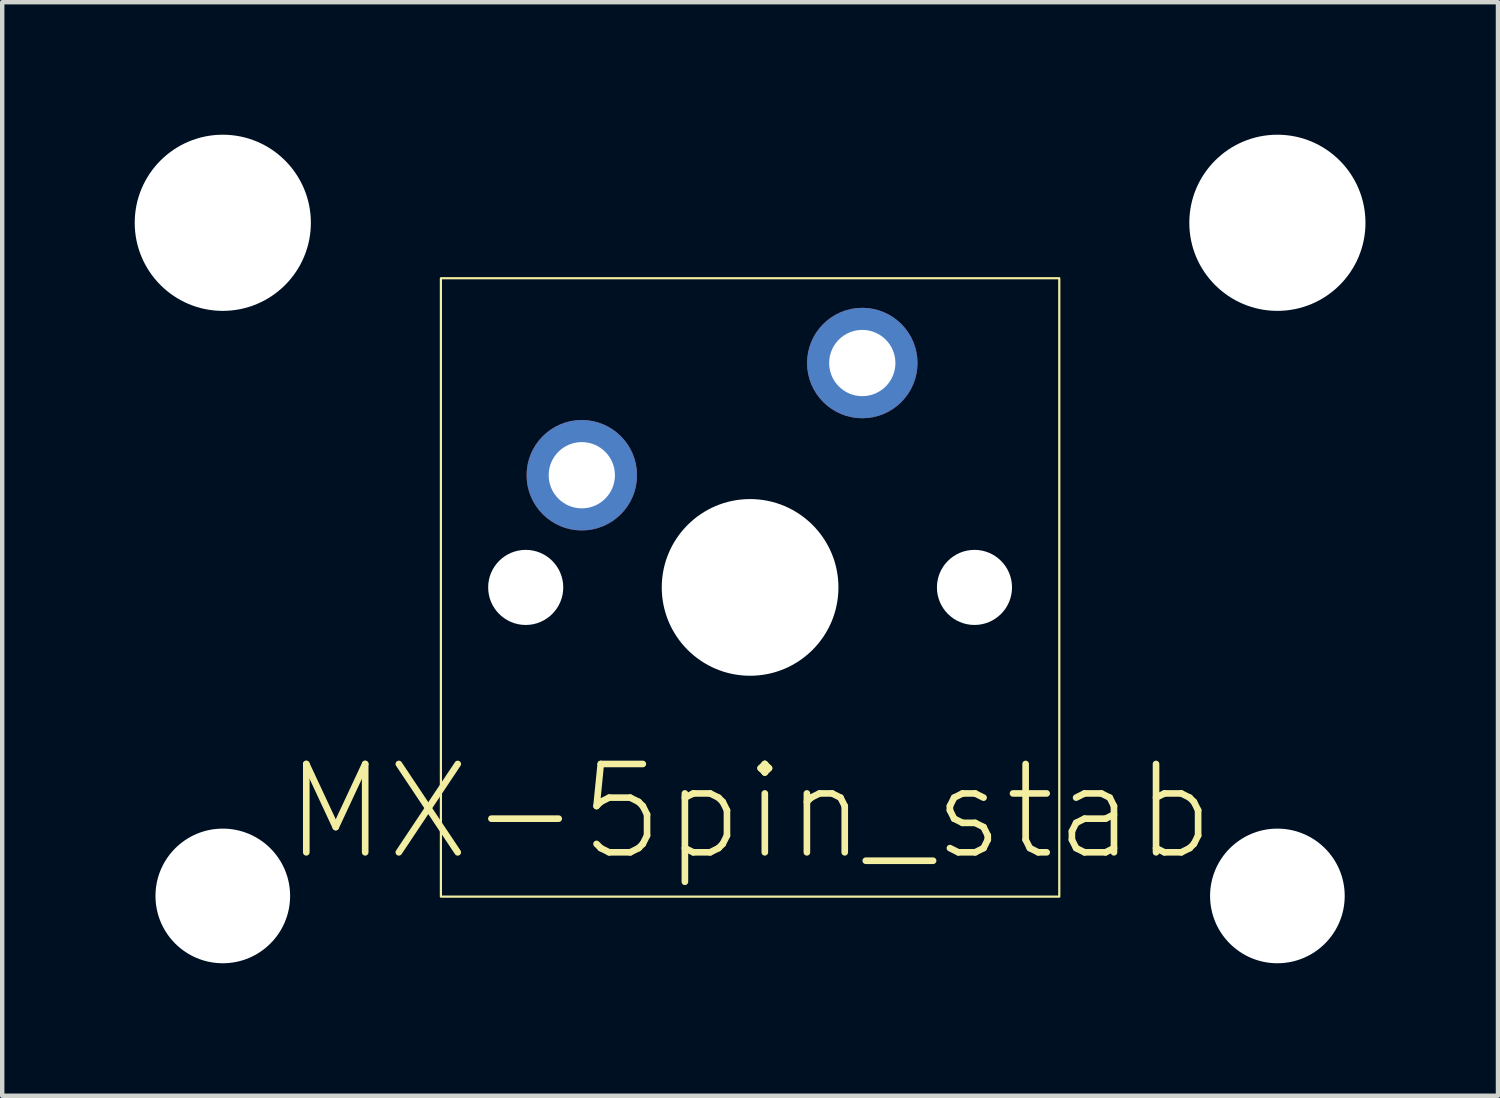
<source format=kicad_pcb>
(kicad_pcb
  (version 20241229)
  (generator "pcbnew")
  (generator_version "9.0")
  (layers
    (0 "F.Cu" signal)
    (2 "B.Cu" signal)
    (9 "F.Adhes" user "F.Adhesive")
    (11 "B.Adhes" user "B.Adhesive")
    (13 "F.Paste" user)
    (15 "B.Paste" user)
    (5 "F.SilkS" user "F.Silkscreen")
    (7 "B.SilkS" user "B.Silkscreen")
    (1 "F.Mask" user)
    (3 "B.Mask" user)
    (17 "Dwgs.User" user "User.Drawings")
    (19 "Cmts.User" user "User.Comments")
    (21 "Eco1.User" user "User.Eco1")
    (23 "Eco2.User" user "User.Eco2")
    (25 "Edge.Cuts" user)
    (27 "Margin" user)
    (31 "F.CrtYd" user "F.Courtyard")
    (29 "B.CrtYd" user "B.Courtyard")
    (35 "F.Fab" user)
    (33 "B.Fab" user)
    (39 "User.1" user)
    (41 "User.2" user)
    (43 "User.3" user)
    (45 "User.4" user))
  (footprint "MX-5pin_stab"
    (layer "F.Cu")
    (at 13.932 10.249)
    (property "Reference" "MX-5pin_stab" (at 0 5.08 0) (unlocked yes) (layer "F.SilkS") (effects (font (size 2 2) (thickness 0.15))))
    (attr through_hole)
    (fp_rect (start -7 -7) (end 7 7) (stroke (width 0.05) (type solid)) (fill no) (layer "F.SilkS"))
    (pad "" np_thru_hole circle (at -11.938 -8.255 180) (size 3.988 3.988) (drill 3.988) (layers "*.Cu" "*.Mask"))
    (pad "" np_thru_hole circle (at -11.938 6.985 180) (size 3.048 3.048) (drill 3.048) (layers "*.Cu" "*.Mask"))
    (pad "" np_thru_hole circle (at -5.08 0) (size 1.7 1.7) (drill 1.7) (layers "*.Cu" "*.Mask"))
    (pad "" np_thru_hole circle (at 0 0) (size 4 4) (drill 4) (layers "*.Cu" "*.Mask"))
    (pad "" np_thru_hole circle (at 5.08 0) (size 1.7 1.7) (drill 1.7) (layers "*.Cu" "*.Mask"))
    (pad "" np_thru_hole circle (at 11.938 -8.255 180) (size 3.988 3.988) (drill 3.988) (layers "*.Cu" "*.Mask"))
    (pad "" np_thru_hole circle (at 11.938 6.985 180) (size 3.048 3.048) (drill 3.048) (layers "*.Cu" "*.Mask"))
    (pad "1" thru_hole circle (at 2.54 -5.08) (size 2.5 2.5) (drill 1.5) (layers "*.Cu" "*.Mask"))
    (pad "2" thru_hole circle (at -3.81 -2.54) (size 2.5 2.5) (drill 1.5) (layers "*.Cu" "*.Mask")))
  (gr_rect
    (start -3 -3)
    (end 30.864 21.758)
    (stroke (width 0.1) (type default))
    (fill no)
    (layer "Edge.Cuts")))
</source>
